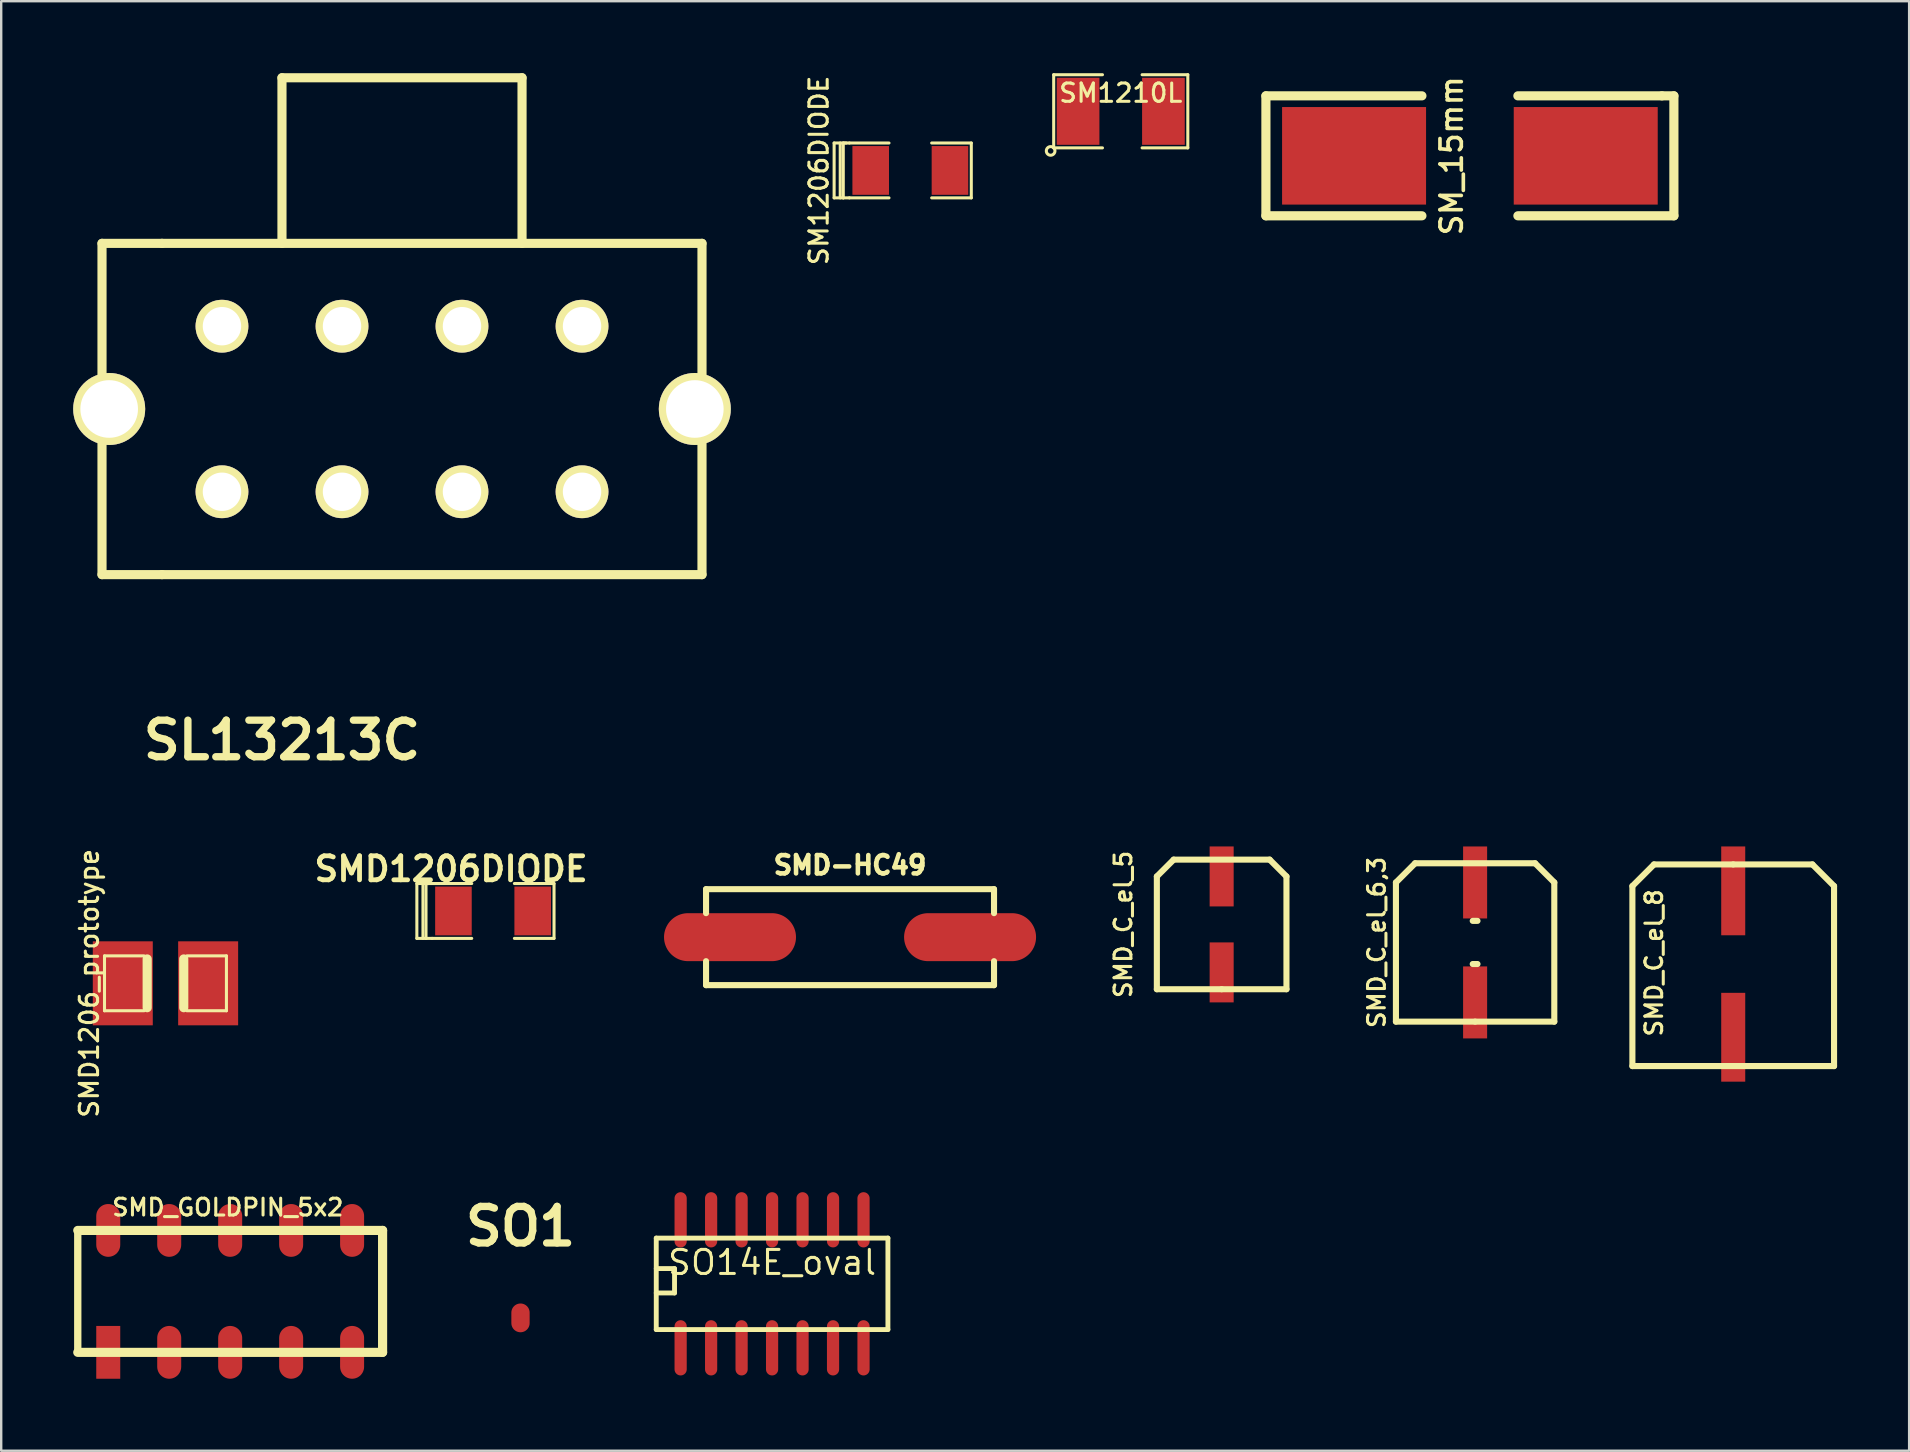
<source format=kicad_pcb>
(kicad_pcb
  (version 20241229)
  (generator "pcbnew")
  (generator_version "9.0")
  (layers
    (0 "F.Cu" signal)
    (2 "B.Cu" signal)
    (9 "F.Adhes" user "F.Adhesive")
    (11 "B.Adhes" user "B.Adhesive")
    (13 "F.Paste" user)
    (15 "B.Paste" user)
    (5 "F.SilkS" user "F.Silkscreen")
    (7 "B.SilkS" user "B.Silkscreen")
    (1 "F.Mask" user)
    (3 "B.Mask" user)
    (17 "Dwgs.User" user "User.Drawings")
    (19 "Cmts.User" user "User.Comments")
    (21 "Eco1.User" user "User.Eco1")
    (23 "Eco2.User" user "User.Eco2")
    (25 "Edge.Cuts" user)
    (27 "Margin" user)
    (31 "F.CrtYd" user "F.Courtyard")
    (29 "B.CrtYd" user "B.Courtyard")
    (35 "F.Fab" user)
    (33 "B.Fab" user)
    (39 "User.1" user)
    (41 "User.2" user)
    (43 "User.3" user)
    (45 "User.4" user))
  (footprint "SMD_C_el_8"
    (layer "F.Cu")
    (at 69.163 37.166)
    (property "Reference" "SMD_C_el_8" (at -3.299 -0.099 90) (layer "F.SilkS") (effects (font (size 0.701 0.701) (thickness 0.127))))
    (attr through_hole)
    (fp_line (start -4.201 -3.299) (end -3.299 -4.201) (stroke (width 0.254) (type solid)) (layer "F.SilkS"))
    (fp_line (start -4.201 4.201) (end -4.201 -3.299) (stroke (width 0.254) (type solid)) (layer "F.SilkS"))
    (fp_line (start -3.299 -4.201) (end 0 -4.201) (stroke (width 0.254) (type solid)) (layer "F.SilkS"))
    (fp_line (start 0 -4.201) (end 3.299 -4.201) (stroke (width 0.254) (type solid)) (layer "F.SilkS"))
    (fp_line (start 3.299 -4.201) (end 4.201 -3.299) (stroke (width 0.254) (type solid)) (layer "F.SilkS"))
    (fp_line (start 4.201 -3.299) (end 4.201 4.201) (stroke (width 0.254) (type solid)) (layer "F.SilkS"))
    (fp_line (start 4.201 4.201) (end -4.201 4.201) (stroke (width 0.254) (type solid)) (layer "F.SilkS"))
    (pad "1" smd rect (at 0 -3.099) (size 1.001 3.701) (layers "F.Cu" "F.Mask" "F.Paste"))
    (pad "2" smd rect (at 0 3) (size 1.001 3.701) (layers "F.Cu" "F.Mask" "F.Paste")))
  (footprint "SO14E_oval"
    (layer "F.Cu")
    (at 29.118 50.312)
    (property "Reference" "SO14E_oval" (at 0 -0.762 0) (layer "F.SilkS") (effects (font (size 1.001 1.001) (thickness 0.127))))
    (attr smd)
    (fp_line (start -4.826 -1.778) (end 4.826 -1.778) (stroke (width 0.203) (type solid)) (layer "F.SilkS"))
    (fp_line (start -4.826 -0.508) (end -4.064 -0.508) (stroke (width 0.203) (type solid)) (layer "F.SilkS"))
    (fp_line (start -4.826 2.032) (end -4.826 -1.778) (stroke (width 0.203) (type solid)) (layer "F.SilkS"))
    (fp_line (start -4.064 -0.508) (end -4.064 0.508) (stroke (width 0.203) (type solid)) (layer "F.SilkS"))
    (fp_line (start -4.064 0.508) (end -4.826 0.508) (stroke (width 0.203) (type solid)) (layer "F.SilkS"))
    (fp_line (start 4.826 -1.778) (end 4.826 2.032) (stroke (width 0.203) (type solid)) (layer "F.SilkS"))
    (fp_line (start 4.826 2.032) (end -4.826 2.032) (stroke (width 0.203) (type solid)) (layer "F.SilkS"))
    (pad "1" smd oval (at -3.81 2.794) (size 0.508 2.301) (layers "F.Cu" "F.Mask" "F.Paste"))
    (pad "2" smd oval (at -2.54 2.794) (size 0.508 2.301) (layers "F.Cu" "F.Mask" "F.Paste"))
    (pad "3" smd oval (at -1.27 2.794) (size 0.508 2.301) (layers "F.Cu" "F.Mask" "F.Paste"))
    (pad "4" smd oval (at 0 2.794) (size 0.508 2.301) (layers "F.Cu" "F.Mask" "F.Paste"))
    (pad "5" smd oval (at 1.27 2.794) (size 0.508 2.301) (layers "F.Cu" "F.Mask" "F.Paste"))
    (pad "6" smd oval (at 2.54 2.794) (size 0.508 2.301) (layers "F.Cu" "F.Mask" "F.Paste"))
    (pad "7" smd oval (at 3.81 2.794) (size 0.508 2.301) (layers "F.Cu" "F.Mask" "F.Paste"))
    (pad "8" smd oval (at 3.81 -2.54) (size 0.508 2.301) (layers "F.Cu" "F.Mask" "F.Paste"))
    (pad "9" smd oval (at 2.54 -2.54) (size 0.508 2.301) (layers "F.Cu" "F.Mask" "F.Paste"))
    (pad "10" smd oval (at 1.27 -2.54) (size 0.508 2.301) (layers "F.Cu" "F.Mask" "F.Paste"))
    (pad "11" smd oval (at 0 -2.54) (size 0.508 2.301) (layers "F.Cu" "F.Mask" "F.Paste"))
    (pad "12" smd oval (at -1.27 -2.54) (size 0.508 2.301) (layers "F.Cu" "F.Mask" "F.Paste"))
    (pad "13" smd oval (at -2.54 -2.54) (size 0.508 2.301) (layers "F.Cu" "F.Mask" "F.Paste"))
    (pad "14" smd oval (at -3.81 -2.54) (size 0.508 2.301) (layers "F.Cu" "F.Mask" "F.Paste")))
  (footprint "SMD_C_el_6,3"
    (layer "F.Cu")
    (at 58.409 36.216)
    (property "Reference" "SMD_C_el_6,3" (at -4.1 0 90) (layer "F.SilkS") (effects (font (size 0.701 0.701) (thickness 0.127))))
    (attr through_hole)
    (fp_line (start -3.299 -2.499) (end -3.299 3.299) (stroke (width 0.254) (type solid)) (layer "F.SilkS"))
    (fp_line (start -3.299 3.299) (end 0 3.299) (stroke (width 0.254) (type solid)) (layer "F.SilkS"))
    (fp_line (start -2.499 -3.299) (end -3.299 -2.499) (stroke (width 0.254) (type solid)) (layer "F.SilkS"))
    (fp_line (start 0 3.299) (end 3.299 3.299) (stroke (width 0.254) (type solid)) (layer "F.SilkS"))
    (fp_line (start 0.099 -0.899) (end -0.099 -0.899) (stroke (width 0.254) (type solid)) (layer "F.SilkS"))
    (fp_line (start 0.099 0.899) (end -0.099 0.899) (stroke (width 0.254) (type solid)) (layer "F.SilkS"))
    (fp_line (start 2.499 -3.299) (end -2.499 -3.299) (stroke (width 0.254) (type solid)) (layer "F.SilkS"))
    (fp_line (start 3.299 -2.499) (end 2.499 -3.299) (stroke (width 0.254) (type solid)) (layer "F.SilkS"))
    (fp_line (start 3.299 -2.499) (end 3.299 3.299) (stroke (width 0.254) (type solid)) (layer "F.SilkS"))
    (pad "1" smd rect (at 0 -2.499) (size 1.001 3) (layers "F.Cu" "F.Mask" "F.Paste"))
    (pad "2" smd rect (at 0 2.499) (size 1.001 3) (layers "F.Cu" "F.Mask" "F.Paste")))
  (footprint "SL13213C"
    (layer "F.Cu")
    (at 13.699 13.99)
    (property "Reference" "SL13213C" (at -5.001 13.8 0) (layer "F.SilkS") (effects (font (size 1.524 1.524) (thickness 0.305))))
    (attr through_hole)
    (fp_line (start -12.499 -6.901) (end -10 -6.901) (stroke (width 0.381) (type solid)) (layer "F.SilkS"))
    (fp_line (start -12.499 6.901) (end -12.499 -6.901) (stroke (width 0.381) (type solid)) (layer "F.SilkS"))
    (fp_line (start -10 -6.901) (end 12.499 -6.901) (stroke (width 0.381) (type solid)) (layer "F.SilkS"))
    (fp_line (start -10 6.901) (end -12.499 6.901) (stroke (width 0.381) (type solid)) (layer "F.SilkS"))
    (fp_line (start -5.001 -13.8) (end 5.001 -13.8) (stroke (width 0.381) (type solid)) (layer "F.SilkS"))
    (fp_line (start -5.001 -6.901) (end -5.001 -13.8) (stroke (width 0.381) (type solid)) (layer "F.SilkS"))
    (fp_line (start 5.001 -13.8) (end 5.001 -6.901) (stroke (width 0.381) (type solid)) (layer "F.SilkS"))
    (fp_line (start 12.499 -6.901) (end 12.499 6.901) (stroke (width 0.381) (type solid)) (layer "F.SilkS"))
    (fp_line (start 12.499 6.901) (end -10 6.901) (stroke (width 0.381) (type solid)) (layer "F.SilkS"))
    (pad "" thru_hole circle (at -12.2 0) (size 3 3) (drill 2.4) (layers "*.Cu" "*.Mask" "F.SilkS"))
    (pad "" thru_hole circle (at 12.2 0) (size 3 3) (drill 2.4) (layers "*.Cu" "*.Mask" "F.SilkS"))
    (pad "1" thru_hole circle (at -7.501 -3.449) (size 2.2 2.2) (drill 1.6) (layers "*.Cu" "*.Mask" "F.SilkS"))
    (pad "2" thru_hole circle (at -2.499 -3.449) (size 2.2 2.2) (drill 1.6) (layers "*.Cu" "*.Mask" "F.SilkS"))
    (pad "3" thru_hole circle (at 2.499 -3.449) (size 2.2 2.2) (drill 1.6) (layers "*.Cu" "*.Mask" "F.SilkS"))
    (pad "4" thru_hole circle (at 7.501 -3.449) (size 2.2 2.2) (drill 1.6) (layers "*.Cu" "*.Mask" "F.SilkS"))
    (pad "5" thru_hole circle (at -7.501 3.449) (size 2.2 2.2) (drill 1.6) (layers "*.Cu" "*.Mask" "F.SilkS"))
    (pad "6" thru_hole circle (at -2.499 3.449) (size 2.2 2.2) (drill 1.6) (layers "*.Cu" "*.Mask" "F.SilkS"))
    (pad "7" thru_hole circle (at 2.499 3.449) (size 2.2 2.2) (drill 1.6) (layers "*.Cu" "*.Mask" "F.SilkS"))
    (pad "8" thru_hole circle (at 7.501 3.449) (size 2.2 2.2) (drill 1.6) (layers "*.Cu" "*.Mask" "F.SilkS")))
  (footprint "SMD1206DIODE"
    (layer "F.Cu")
    (at 17.493 34.904)
    (property "Reference" "SMD1206DIODE" (at -1.75 -1.75 0) (layer "F.SilkS") (effects (font (size 1.001 1.001) (thickness 0.201))))
    (attr smd)
    (fp_line (start -3.175 -1.143) (end -3.175 1.143) (stroke (width 0.127) (type solid)) (layer "F.SilkS"))
    (fp_line (start -3.175 1.143) (end -2.794 1.143) (stroke (width 0.127) (type solid)) (layer "F.SilkS"))
    (fp_line (start -2.921 1.143) (end -2.921 -1.143) (stroke (width 0.127) (type solid)) (layer "F.SilkS"))
    (fp_line (start -2.794 -1.143) (end -2.794 1.143) (stroke (width 0.127) (type solid)) (layer "F.SilkS"))
    (fp_line (start -2.794 1.143) (end -2.54 1.143) (stroke (width 0.127) (type solid)) (layer "F.SilkS"))
    (fp_line (start -2.667 -1.143) (end -3.175 -1.143) (stroke (width 0.127) (type solid)) (layer "F.SilkS"))
    (fp_line (start -2.54 -1.143) (end -2.794 -1.143) (stroke (width 0.127) (type solid)) (layer "F.SilkS"))
    (fp_line (start -2.54 1.143) (end -0.889 1.143) (stroke (width 0.127) (type solid)) (layer "F.SilkS"))
    (fp_line (start -0.889 -1.143) (end -2.54 -1.143) (stroke (width 0.127) (type solid)) (layer "F.SilkS"))
    (fp_line (start 0.889 -1.143) (end 2.54 -1.143) (stroke (width 0.127) (type solid)) (layer "F.SilkS"))
    (fp_line (start 2.54 -1.143) (end 2.54 1.143) (stroke (width 0.127) (type solid)) (layer "F.SilkS"))
    (fp_line (start 2.54 1.143) (end 0.889 1.143) (stroke (width 0.127) (type solid)) (layer "F.SilkS"))
    (pad "1" smd rect (at 1.651 0) (size 1.524 2.032) (layers "F.Cu" "F.Mask" "F.Paste"))
    (pad "2" smd rect (at -1.651 0) (size 1.524 2.032) (layers "F.Cu" "F.Mask" "F.Paste")))
  (footprint "SMD_GOLDPIN_5x2"
    (layer "F.Cu")
    (at 6.54 50.754)
    (property "Reference" "SMD_GOLDPIN_5x2" (at -0.099 -3.5 0) (layer "F.SilkS") (effects (font (size 0.701 0.701) (thickness 0.127))))
    (attr through_hole)
    (fp_line (start -6.35 -2.54) (end 6.35 -2.54) (stroke (width 0.381) (type solid)) (layer "F.SilkS"))
    (fp_line (start -6.35 2.54) (end -6.35 -2.54) (stroke (width 0.305) (type solid)) (layer "F.SilkS"))
    (fp_line (start 6.35 -2.54) (end 6.35 2.54) (stroke (width 0.381) (type solid)) (layer "F.SilkS"))
    (fp_line (start 6.35 2.54) (end -6.35 2.54) (stroke (width 0.381) (type solid)) (layer "F.SilkS"))
    (pad "1" smd rect (at -5.08 2.54) (size 1 2.2) (layers "F.Cu" "F.Mask" "F.Paste"))
    (pad "2" smd oval (at -5.08 -2.54) (size 1 2.2) (layers "F.Cu" "F.Mask" "F.Paste"))
    (pad "3" smd oval (at -2.54 2.54) (size 1 2.2) (layers "F.Cu" "F.Mask" "F.Paste"))
    (pad "4" smd oval (at -2.54 -2.54) (size 1 2.2) (layers "F.Cu" "F.Mask" "F.Paste"))
    (pad "5" smd oval (at 0 2.54) (size 1 2.2) (layers "F.Cu" "F.Mask" "F.Paste"))
    (pad "6" smd oval (at 0 -2.54) (size 1 2.2) (layers "F.Cu" "F.Mask" "F.Paste"))
    (pad "7" smd oval (at 2.54 2.54) (size 1 2.2) (layers "F.Cu" "F.Mask" "F.Paste"))
    (pad "8" smd oval (at 2.54 -2.54) (size 1 2.2) (layers "F.Cu" "F.Mask" "F.Paste"))
    (pad "9" smd oval (at 5.08 2.54) (size 1 2.2) (layers "F.Cu" "F.Mask" "F.Paste"))
    (pad "10" smd oval (at 5.08 -2.54) (size 1 2.2) (layers "F.Cu" "F.Mask" "F.Paste")))
  (footprint "SMD1206_prototype"
    (layer "F.Cu")
    (at 3.844 37.919)
    (property "Reference" "SMD1206_prototype" (at -3.175 0 90) (layer "F.SilkS") (effects (font (size 0.762 0.762) (thickness 0.127))))
    (attr smd)
    (fp_line (start -2.54 -1.143) (end -2.54 1.143) (stroke (width 0.127) (type solid)) (layer "F.SilkS"))
    (fp_line (start -2.54 1.143) (end -0.889 1.143) (stroke (width 0.127) (type solid)) (layer "F.SilkS"))
    (fp_line (start -0.889 -1.143) (end -2.54 -1.143) (stroke (width 0.127) (type solid)) (layer "F.SilkS"))
    (fp_line (start -0.762 -1.016) (end -0.762 1.016) (stroke (width 0.381) (type solid)) (layer "F.SilkS"))
    (fp_line (start 0.762 -1.016) (end 0.762 1.016) (stroke (width 0.381) (type solid)) (layer "F.SilkS"))
    (fp_line (start 0.889 -1.143) (end 2.54 -1.143) (stroke (width 0.127) (type solid)) (layer "F.SilkS"))
    (fp_line (start 2.54 -1.143) (end 2.54 1.143) (stroke (width 0.127) (type solid)) (layer "F.SilkS"))
    (fp_line (start 2.54 1.143) (end 0.889 1.143) (stroke (width 0.127) (type solid)) (layer "F.SilkS"))
    (pad "1" smd rect (at -1.778 0) (size 2.499 3.5) (layers "F.Cu" "F.Mask" "F.Paste"))
    (pad "2" smd rect (at 1.778 0) (size 2.499 3.5) (layers "F.Cu" "F.Mask" "F.Paste")))
  (footprint "SM_15mm"
    (layer "F.Cu")
    (at 58.192 3.442)
    (property "Reference" "SM_15mm" (at -0.762 0 90) (layer "F.SilkS") (effects (font (size 0.889 0.889) (thickness 0.152))))
    (attr through_hole)
    (fp_line (start -8.499 -2.499) (end -8.499 2.499) (stroke (width 0.381) (type solid)) (layer "F.SilkS"))
    (fp_line (start -8.499 2.499) (end -1.999 2.499) (stroke (width 0.381) (type solid)) (layer "F.SilkS"))
    (fp_line (start -1.999 -2.499) (end -8.499 -2.499) (stroke (width 0.381) (type solid)) (layer "F.SilkS"))
    (fp_line (start 1.999 -2.499) (end 8.001 -2.499) (stroke (width 0.381) (type solid)) (layer "F.SilkS"))
    (fp_line (start 8.001 -2.499) (end 8.499 -2.499) (stroke (width 0.381) (type solid)) (layer "F.SilkS"))
    (fp_line (start 8.499 -2.499) (end 8.499 2.499) (stroke (width 0.381) (type solid)) (layer "F.SilkS"))
    (fp_line (start 8.499 2.499) (end 1.999 2.499) (stroke (width 0.381) (type solid)) (layer "F.SilkS"))
    (pad "1" smd rect (at -4.826 0) (size 5.999 4.064) (layers "F.Cu" "F.Mask" "F.Paste"))
    (pad "2" smd rect (at 4.826 0) (size 5.999 4.064) (layers "F.Cu" "F.Mask" "F.Paste")))
  (footprint "SMD-HC49"
    (layer "F.Cu")
    (at 32.366 35.996)
    (property "Reference" "SMD-HC49" (at 0 -3 0) (layer "F.SilkS") (effects (font (size 0.762 0.762) (thickness 0.201))))
    (attr through_hole)
    (fp_line (start -5.999 -1.999) (end -5.999 -1.001) (stroke (width 0.254) (type solid)) (layer "F.SilkS"))
    (fp_line (start -5.999 1.999) (end -5.999 1.001) (stroke (width 0.254) (type solid)) (layer "F.SilkS"))
    (fp_line (start 5.999 -1.999) (end -5.999 -1.999) (stroke (width 0.254) (type solid)) (layer "F.SilkS"))
    (fp_line (start 5.999 -1.999) (end 5.999 -1.001) (stroke (width 0.254) (type solid)) (layer "F.SilkS"))
    (fp_line (start 5.999 1.001) (end 5.999 1.999) (stroke (width 0.254) (type solid)) (layer "F.SilkS"))
    (fp_line (start 5.999 1.999) (end -5.999 1.999) (stroke (width 0.254) (type solid)) (layer "F.SilkS"))
    (pad "1" smd oval (at -5.001 0) (size 5.499 1.999) (layers "F.Cu" "F.Mask" "F.Paste"))
    (pad "3" smd oval (at 5.001 0) (size 5.499 1.999) (layers "F.Cu" "F.Mask" "F.Paste")))
  (footprint "SMD_C_el_5"
    (layer "F.Cu")
    (at 47.849 35.465)
    (property "Reference" "SMD_C_el_5" (at -4.1 0 90) (layer "F.SilkS") (effects (font (size 0.701 0.701) (thickness 0.127))))
    (attr through_hole)
    (fp_line (start -2.7 -1.999) (end -2.7 2.7) (stroke (width 0.254) (type solid)) (layer "F.SilkS"))
    (fp_line (start -2.7 2.7) (end 0 2.7) (stroke (width 0.254) (type solid)) (layer "F.SilkS"))
    (fp_line (start -1.999 -2.7) (end -2.7 -1.999) (stroke (width 0.254) (type solid)) (layer "F.SilkS"))
    (fp_line (start 0 2.7) (end 2.7 2.7) (stroke (width 0.254) (type solid)) (layer "F.SilkS"))
    (fp_line (start 1.999 -2.7) (end -1.999 -2.7) (stroke (width 0.254) (type solid)) (layer "F.SilkS"))
    (fp_line (start 2.7 -1.999) (end 1.999 -2.7) (stroke (width 0.254) (type solid)) (layer "F.SilkS"))
    (fp_line (start 2.7 2.7) (end 2.7 -1.999) (stroke (width 0.254) (type solid)) (layer "F.SilkS"))
    (pad "1" smd rect (at 0 -1.999) (size 1.001 2.499) (layers "F.Cu" "F.Mask" "F.Paste"))
    (pad "2" smd rect (at 0 1.999) (size 1.001 2.499) (layers "F.Cu" "F.Mask" "F.Paste")))
  (footprint "SM1206DIODE"
    (layer "F.Cu")
    (at 34.878 4.051)
    (property "Reference" "SM1206DIODE" (at -3.81 0 90) (layer "F.SilkS") (effects (font (size 0.762 0.762) (thickness 0.127))))
    (attr smd)
    (fp_line (start -3.175 -1.143) (end -3.175 1.143) (stroke (width 0.127) (type solid)) (layer "F.SilkS"))
    (fp_line (start -3.175 1.143) (end -2.794 1.143) (stroke (width 0.127) (type solid)) (layer "F.SilkS"))
    (fp_line (start -2.921 1.143) (end -2.921 -1.143) (stroke (width 0.127) (type solid)) (layer "F.SilkS"))
    (fp_line (start -2.794 -1.143) (end -2.794 1.143) (stroke (width 0.127) (type solid)) (layer "F.SilkS"))
    (fp_line (start -2.794 1.143) (end -2.54 1.143) (stroke (width 0.127) (type solid)) (layer "F.SilkS"))
    (fp_line (start -2.667 -1.143) (end -3.175 -1.143) (stroke (width 0.127) (type solid)) (layer "F.SilkS"))
    (fp_line (start -2.54 -1.143) (end -2.794 -1.143) (stroke (width 0.127) (type solid)) (layer "F.SilkS"))
    (fp_line (start -2.54 1.143) (end -0.889 1.143) (stroke (width 0.127) (type solid)) (layer "F.SilkS"))
    (fp_line (start -0.889 -1.143) (end -2.54 -1.143) (stroke (width 0.127) (type solid)) (layer "F.SilkS"))
    (fp_line (start 0.889 -1.143) (end 2.54 -1.143) (stroke (width 0.127) (type solid)) (layer "F.SilkS"))
    (fp_line (start 2.54 -1.143) (end 2.54 1.143) (stroke (width 0.127) (type solid)) (layer "F.SilkS"))
    (fp_line (start 2.54 1.143) (end 0.889 1.143) (stroke (width 0.127) (type solid)) (layer "F.SilkS"))
    (pad "1" smd rect (at 1.651 0) (size 1.524 2.032) (layers "F.Cu" "F.Mask" "F.Paste"))
    (pad "2" smd rect (at -1.651 0) (size 1.524 2.032) (layers "F.Cu" "F.Mask" "F.Paste")))
  (footprint "SM1210L"
    (layer "F.Cu")
    (at 43.645 1.587)
    (property "Reference" "SM1210L" (at 0 -0.762 0) (layer "F.SilkS") (effects (font (size 0.762 0.762) (thickness 0.127))))
    (attr smd)
    (fp_line (start -2.794 -1.524) (end -2.794 1.524) (stroke (width 0.127) (type solid)) (layer "F.SilkS"))
    (fp_line (start -2.794 1.524) (end -0.762 1.524) (stroke (width 0.127) (type solid)) (layer "F.SilkS"))
    (fp_line (start -0.762 -1.524) (end -2.794 -1.524) (stroke (width 0.127) (type solid)) (layer "F.SilkS"))
    (fp_line (start 0.889 1.524) (end 2.794 1.524) (stroke (width 0.127) (type solid)) (layer "F.SilkS"))
    (fp_line (start 2.794 -1.524) (end 0.889 -1.524) (stroke (width 0.127) (type solid)) (layer "F.SilkS"))
    (fp_line (start 2.794 1.524) (end 2.794 -1.524) (stroke (width 0.127) (type solid)) (layer "F.SilkS"))
    (fp_circle (center -2.921 1.651) (end -2.794 1.524) (stroke (width 0.127) (type solid)) (fill no) (layer "F.SilkS"))
    (pad "1" smd rect (at -1.778 0) (size 1.778 2.794) (layers "F.Cu" "F.Mask" "F.Paste"))
    (pad "2" smd rect (at 1.778 0) (size 1.778 2.794) (layers "F.Cu" "F.Mask" "F.Paste")))
  (footprint "SO1"
    (layer "F.Cu")
    (at 18.636 51.858)
    (property "Reference" "SO1" (at 0 -3.81 0) (layer "F.SilkS") (effects (font (size 1.524 1.524) (thickness 0.305))))
    (attr through_hole)
    (pad "1" smd oval (at 0 0) (size 0.762 1.199) (layers "F.Cu" "F.Mask" "F.Paste")))
  (gr_rect
    (start -3 -3)
    (end 76.492 57.394)
    (stroke (width 0.1) (type default))
    (fill no)
    (layer "Edge.Cuts")))
</source>
